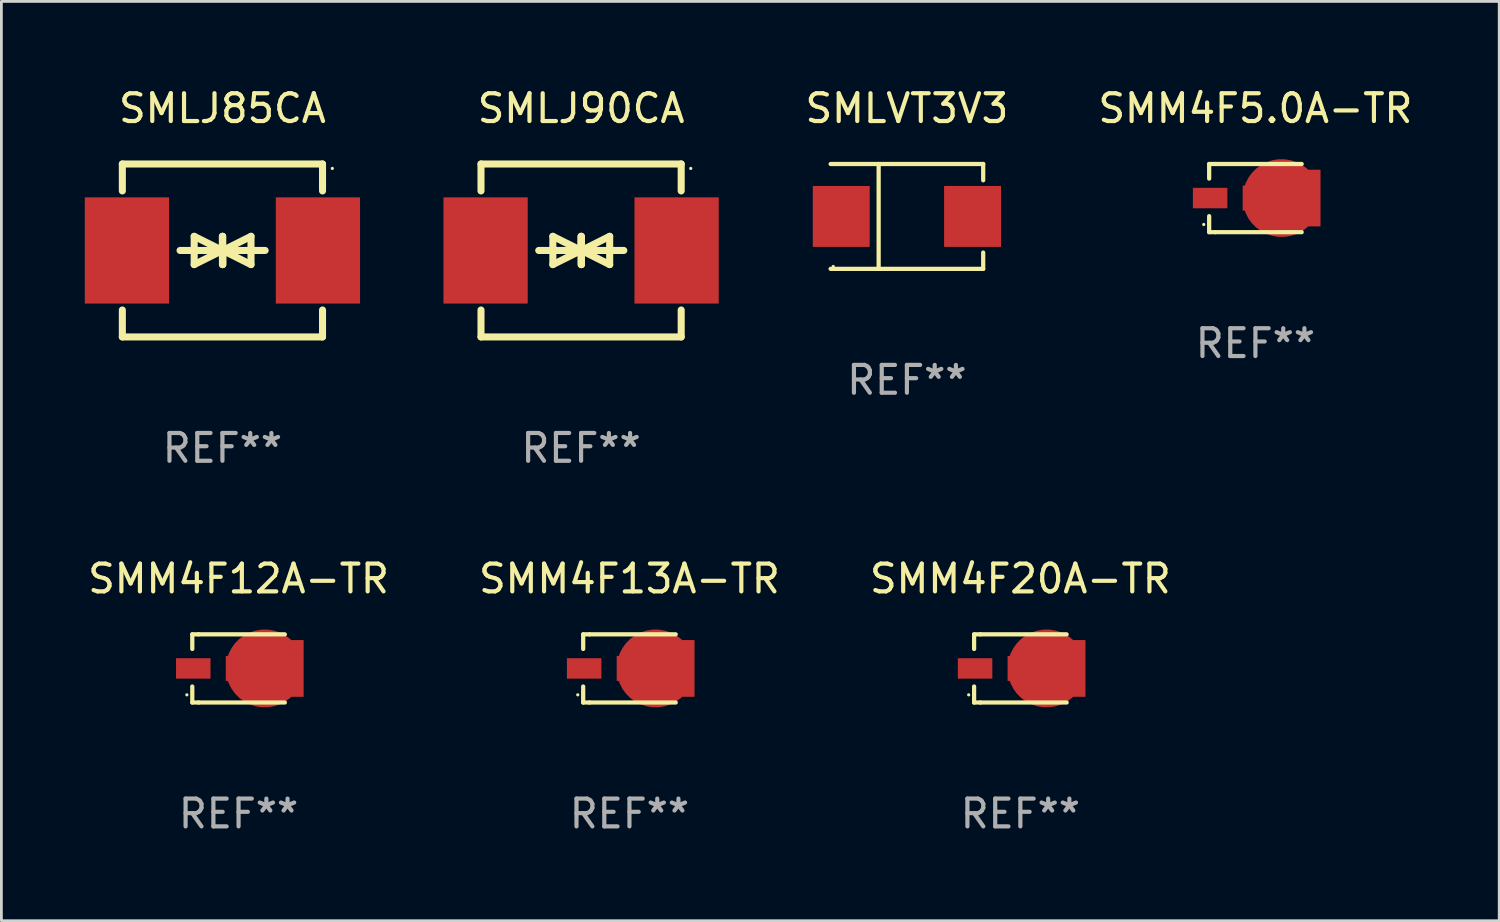
<source format=kicad_pcb>
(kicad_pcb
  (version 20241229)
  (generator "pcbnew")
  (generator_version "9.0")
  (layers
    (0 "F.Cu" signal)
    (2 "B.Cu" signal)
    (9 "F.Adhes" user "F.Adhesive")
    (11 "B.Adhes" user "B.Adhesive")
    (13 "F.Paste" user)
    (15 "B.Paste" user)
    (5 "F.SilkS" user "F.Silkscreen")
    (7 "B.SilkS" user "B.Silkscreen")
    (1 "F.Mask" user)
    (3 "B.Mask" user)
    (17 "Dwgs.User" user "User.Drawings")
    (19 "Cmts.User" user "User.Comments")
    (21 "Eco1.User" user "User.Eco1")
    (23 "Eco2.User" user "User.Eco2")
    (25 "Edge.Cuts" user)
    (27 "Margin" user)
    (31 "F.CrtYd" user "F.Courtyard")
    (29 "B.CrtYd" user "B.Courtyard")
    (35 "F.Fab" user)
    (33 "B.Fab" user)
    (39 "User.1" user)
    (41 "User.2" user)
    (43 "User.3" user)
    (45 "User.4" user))
  (footprint "SMLVT3V3"
    (layer "F.Cu")
    (at 29.568 4.734)
    (property "Reference" "SMLVT3V3" (at 0 -3.886 0) (layer "F.SilkS") (effects (font (size 1 1) (thickness 0.15))))
    (attr through_hole)
    (fp_line (start -2.744 -1.886) (end 2.744 -1.886) (stroke (width 0.152) (type solid)) (layer "F.SilkS"))
    (fp_line (start -2.744 1.886) (end 2.744 1.886) (stroke (width 0.152) (type solid)) (layer "F.SilkS"))
    (fp_line (start -1.016 -1.886) (end -1.016 1.886) (stroke (width 0.152) (type solid)) (layer "F.SilkS"))
    (fp_line (start 2.744 -1.886) (end 2.744 -1.299) (stroke (width 0.152) (type solid)) (layer "F.SilkS"))
    (fp_line (start 2.744 1.886) (end 2.744 1.299) (stroke (width 0.152) (type solid)) (layer "F.SilkS"))
    (fp_circle (center -2.65 1.8) (end -2.62 1.8) (stroke (width 0.06) (type solid)) (fill no) (layer "F.SilkS"))
    (fp_text user "REF**" (at 0 5.886 0) (layer "F.Fab") (effects (font (size 1 1) (thickness 0.15))))
    (pad "1" smd rect (at -2.361 0) (size 2.047 2.192) (layers "F.Cu" "F.Mask" "F.Paste"))
    (pad "2" smd rect (at 2.361 0) (size 2.047 2.192) (layers "F.Cu" "F.Mask" "F.Paste")))
  (footprint "SMM4F5.0A-TR"
    (layer "F.Cu")
    (at 42.103 4.074)
    (property "Reference" "SMM4F5.0A-TR" (at 0 -3.226 0) (layer "F.SilkS") (effects (font (size 1 1) (thickness 0.15))))
    (attr through_hole)
    (fp_line (start -1.664 -1.226) (end -1.664 -0.7) (stroke (width 0.152) (type solid)) (layer "F.SilkS"))
    (fp_line (start -1.664 1.226) (end -1.664 0.65) (stroke (width 0.152) (type solid)) (layer "F.SilkS"))
    (fp_line (start -1.439 -1.226) (end -1.664 -1.226) (stroke (width 0.152) (type solid)) (layer "F.SilkS"))
    (fp_line (start -1.439 -1.226) (end 1.664 -1.226) (stroke (width 0.152) (type solid)) (layer "F.SilkS"))
    (fp_line (start -1.439 1.226) (end -1.664 1.226) (stroke (width 0.152) (type solid)) (layer "F.SilkS"))
    (fp_line (start -1.439 1.226) (end 1.664 1.226) (stroke (width 0.152) (type solid)) (layer "F.SilkS"))
    (fp_circle (center -1.859 0.95) (end -1.829 0.95) (stroke (width 0.06) (type solid)) (fill no) (layer "F.SilkS"))
    (fp_text user "REF**" (at 0 5.226 0) (layer "F.Fab") (effects (font (size 1 1) (thickness 0.15))))
    (pad "1" smd rect (at -1.629 -0.000076 180) (size 1.24 0.735) (layers "F.Cu" "F.Mask" "F.Paste"))
    (pad "2" smd custom (at 0.941 -0.000076 180) (size 2.8 2.04) (layers "F.Cu" "F.Mask" "F.Paste") (options (anchor circle)) (primitives (gr_poly (pts (xy 1.4 0.45) (xy 1.4 -0.45) (xy 0.5 -0.45) (xy 0.5 -1.02) (xy -1.4 -1.02) (xy -1.4 1.02) (xy -1.35 1.02) (xy 0.5 1.02) (xy 0.5 0.45)) (width 0) (fill yes)))))
  (footprint "SMM4F20A-TR"
    (layer "F.Cu")
    (at 33.649 20.991)
    (property "Reference" "SMM4F20A-TR" (at 0 -3.226 0) (layer "F.SilkS") (effects (font (size 1 1) (thickness 0.15))))
    (attr through_hole)
    (fp_line (start -1.664 -1.226) (end -1.664 -0.7) (stroke (width 0.152) (type solid)) (layer "F.SilkS"))
    (fp_line (start -1.664 1.226) (end -1.664 0.65) (stroke (width 0.152) (type solid)) (layer "F.SilkS"))
    (fp_line (start -1.439 -1.226) (end -1.664 -1.226) (stroke (width 0.152) (type solid)) (layer "F.SilkS"))
    (fp_line (start -1.439 -1.226) (end 1.664 -1.226) (stroke (width 0.152) (type solid)) (layer "F.SilkS"))
    (fp_line (start -1.439 1.226) (end -1.664 1.226) (stroke (width 0.152) (type solid)) (layer "F.SilkS"))
    (fp_line (start -1.439 1.226) (end 1.664 1.226) (stroke (width 0.152) (type solid)) (layer "F.SilkS"))
    (fp_circle (center -1.859 0.95) (end -1.829 0.95) (stroke (width 0.06) (type solid)) (fill no) (layer "F.SilkS"))
    (fp_text user "REF**" (at 0 5.226 0) (layer "F.Fab") (effects (font (size 1 1) (thickness 0.15))))
    (pad "1" smd rect (at -1.629 -0.000076 180) (size 1.24 0.735) (layers "F.Cu" "F.Mask" "F.Paste"))
    (pad "2" smd custom (at 0.941 -0.000076 180) (size 2.8 2.04) (layers "F.Cu" "F.Mask" "F.Paste") (options (anchor circle)) (primitives (gr_poly (pts (xy 1.4 0.45) (xy 1.4 -0.45) (xy 0.5 -0.45) (xy 0.5 -1.02) (xy -1.4 -1.02) (xy -1.4 1.02) (xy -1.35 1.02) (xy 0.5 1.02) (xy 0.5 0.45)) (width 0) (fill yes)))))
  (footprint "SMM4F12A-TR"
    (layer "F.Cu")
    (at 5.53 20.991)
    (property "Reference" "SMM4F12A-TR" (at 0 -3.226 0) (layer "F.SilkS") (effects (font (size 1 1) (thickness 0.15))))
    (attr through_hole)
    (fp_line (start -1.664 -1.226) (end -1.664 -0.7) (stroke (width 0.152) (type solid)) (layer "F.SilkS"))
    (fp_line (start -1.664 1.226) (end -1.664 0.65) (stroke (width 0.152) (type solid)) (layer "F.SilkS"))
    (fp_line (start -1.439 -1.226) (end -1.664 -1.226) (stroke (width 0.152) (type solid)) (layer "F.SilkS"))
    (fp_line (start -1.439 -1.226) (end 1.664 -1.226) (stroke (width 0.152) (type solid)) (layer "F.SilkS"))
    (fp_line (start -1.439 1.226) (end -1.664 1.226) (stroke (width 0.152) (type solid)) (layer "F.SilkS"))
    (fp_line (start -1.439 1.226) (end 1.664 1.226) (stroke (width 0.152) (type solid)) (layer "F.SilkS"))
    (fp_circle (center -1.859 0.95) (end -1.829 0.95) (stroke (width 0.06) (type solid)) (fill no) (layer "F.SilkS"))
    (fp_text user "REF**" (at 0 5.226 0) (layer "F.Fab") (effects (font (size 1 1) (thickness 0.15))))
    (pad "1" smd rect (at -1.629 -0.000076 180) (size 1.24 0.735) (layers "F.Cu" "F.Mask" "F.Paste"))
    (pad "2" smd custom (at 0.941 -0.000076 180) (size 2.8 2.04) (layers "F.Cu" "F.Mask" "F.Paste") (options (anchor circle)) (primitives (gr_poly (pts (xy 1.4 0.45) (xy 1.4 -0.45) (xy 0.5 -0.45) (xy 0.5 -1.02) (xy -1.4 -1.02) (xy -1.4 1.02) (xy -1.35 1.02) (xy 0.5 1.02) (xy 0.5 0.45)) (width 0) (fill yes)))))
  (footprint "SMM4F13A-TR"
    (layer "F.Cu")
    (at 19.589 20.991)
    (property "Reference" "SMM4F13A-TR" (at 0 -3.226 0) (layer "F.SilkS") (effects (font (size 1 1) (thickness 0.15))))
    (attr through_hole)
    (fp_line (start -1.664 -1.226) (end -1.664 -0.7) (stroke (width 0.152) (type solid)) (layer "F.SilkS"))
    (fp_line (start -1.664 1.226) (end -1.664 0.65) (stroke (width 0.152) (type solid)) (layer "F.SilkS"))
    (fp_line (start -1.439 -1.226) (end -1.664 -1.226) (stroke (width 0.152) (type solid)) (layer "F.SilkS"))
    (fp_line (start -1.439 -1.226) (end 1.664 -1.226) (stroke (width 0.152) (type solid)) (layer "F.SilkS"))
    (fp_line (start -1.439 1.226) (end -1.664 1.226) (stroke (width 0.152) (type solid)) (layer "F.SilkS"))
    (fp_line (start -1.439 1.226) (end 1.664 1.226) (stroke (width 0.152) (type solid)) (layer "F.SilkS"))
    (fp_circle (center -1.859 0.95) (end -1.829 0.95) (stroke (width 0.06) (type solid)) (fill no) (layer "F.SilkS"))
    (fp_text user "REF**" (at 0 5.226 0) (layer "F.Fab") (effects (font (size 1 1) (thickness 0.15))))
    (pad "1" smd rect (at -1.629 -0.000076 180) (size 1.24 0.735) (layers "F.Cu" "F.Mask" "F.Paste"))
    (pad "2" smd custom (at 0.941 -0.000076 180) (size 2.8 2.04) (layers "F.Cu" "F.Mask" "F.Paste") (options (anchor circle)) (primitives (gr_poly (pts (xy 1.4 0.45) (xy 1.4 -0.45) (xy 0.5 -0.45) (xy 0.5 -1.02) (xy -1.4 -1.02) (xy -1.4 1.02) (xy -1.35 1.02) (xy 0.5 1.02) (xy 0.5 0.45)) (width 0) (fill yes)))))
  (footprint "SMLJ85CA"
    (layer "F.Cu")
    (at 4.95 5.958)
    (property "Reference" "SMLJ85CA" (at 0 -5.11 0) (layer "F.SilkS") (effects (font (size 1 1) (thickness 0.15))))
    (attr through_hole)
    (fp_line (start -3.6 -2.141) (end -3.6 -3.11) (stroke (width 0.254) (type solid)) (layer "F.SilkS"))
    (fp_line (start -3.6 3.11) (end -3.6 2.141) (stroke (width 0.254) (type solid)) (layer "F.SilkS"))
    (fp_line (start -1.524 0) (end 0.508 0) (stroke (width 0.254) (type solid)) (layer "F.SilkS"))
    (fp_line (start -1.016 -0.508) (end -1.016 0.508) (stroke (width 0.254) (type solid)) (layer "F.SilkS"))
    (fp_line (start -1.016 0.508) (end 0 0) (stroke (width 0.254) (type solid)) (layer "F.SilkS"))
    (fp_line (start 0 -0.508) (end 0 0.508) (stroke (width 0.254) (type solid)) (layer "F.SilkS"))
    (fp_line (start 0 0) (end -1.016 -0.508) (stroke (width 0.254) (type solid)) (layer "F.SilkS"))
    (fp_line (start 0 0) (end 0 -0.508) (stroke (width 0.254) (type solid)) (layer "F.SilkS"))
    (fp_line (start 0.012 0) (end 0.012 0.508) (stroke (width 0.254) (type solid)) (layer "F.SilkS"))
    (fp_line (start 0.012 0) (end 1.028 0.508) (stroke (width 0.254) (type solid)) (layer "F.SilkS"))
    (fp_line (start 0.012 0.508) (end 0.012 -0.508) (stroke (width 0.254) (type solid)) (layer "F.SilkS"))
    (fp_line (start 1.028 -0.508) (end 0.012 0) (stroke (width 0.254) (type solid)) (layer "F.SilkS"))
    (fp_line (start 1.028 0.508) (end 1.028 -0.508) (stroke (width 0.254) (type solid)) (layer "F.SilkS"))
    (fp_line (start 1.536 0) (end -0.496 0) (stroke (width 0.254) (type solid)) (layer "F.SilkS"))
    (fp_line (start 3.6 -3.11) (end -3.6 -3.11) (stroke (width 0.254) (type solid)) (layer "F.SilkS"))
    (fp_line (start 3.6 -2.141) (end 3.6 -3.11) (stroke (width 0.254) (type solid)) (layer "F.SilkS"))
    (fp_line (start 3.6 3.11) (end -3.6 3.11) (stroke (width 0.254) (type solid)) (layer "F.SilkS"))
    (fp_line (start 3.6 3.11) (end 3.6 2.141) (stroke (width 0.254) (type solid)) (layer "F.SilkS"))
    (fp_circle (center 3.952 -2.95) (end 3.982 -2.95) (stroke (width 0.06) (type solid)) (fill no) (layer "F.SilkS"))
    (fp_text user "REF**" (at 0 7.11 0) (layer "F.Fab") (effects (font (size 1 1) (thickness 0.15))))
    (pad "1" smd rect (at 3.435 0) (size 3.03 3.82) (layers "F.Cu" "F.Mask" "F.Paste"))
    (pad "2" smd rect (at -3.435 0) (size 3.03 3.82) (layers "F.Cu" "F.Mask" "F.Paste")))
  (footprint "SMLJ90CA"
    (layer "F.Cu")
    (at 17.85 5.958)
    (property "Reference" "SMLJ90CA" (at 0 -5.11 0) (layer "F.SilkS") (effects (font (size 1 1) (thickness 0.15))))
    (attr through_hole)
    (fp_line (start -3.6 -2.141) (end -3.6 -3.11) (stroke (width 0.254) (type solid)) (layer "F.SilkS"))
    (fp_line (start -3.6 3.11) (end -3.6 2.141) (stroke (width 0.254) (type solid)) (layer "F.SilkS"))
    (fp_line (start -1.524 0) (end 0.508 0) (stroke (width 0.254) (type solid)) (layer "F.SilkS"))
    (fp_line (start -1.016 -0.508) (end -1.016 0.508) (stroke (width 0.254) (type solid)) (layer "F.SilkS"))
    (fp_line (start -1.016 0.508) (end 0 0) (stroke (width 0.254) (type solid)) (layer "F.SilkS"))
    (fp_line (start 0 -0.508) (end 0 0.508) (stroke (width 0.254) (type solid)) (layer "F.SilkS"))
    (fp_line (start 0 0) (end -1.016 -0.508) (stroke (width 0.254) (type solid)) (layer "F.SilkS"))
    (fp_line (start 0 0) (end 0 -0.508) (stroke (width 0.254) (type solid)) (layer "F.SilkS"))
    (fp_line (start 0.012 0) (end 0.012 0.508) (stroke (width 0.254) (type solid)) (layer "F.SilkS"))
    (fp_line (start 0.012 0) (end 1.028 0.508) (stroke (width 0.254) (type solid)) (layer "F.SilkS"))
    (fp_line (start 0.012 0.508) (end 0.012 -0.508) (stroke (width 0.254) (type solid)) (layer "F.SilkS"))
    (fp_line (start 1.028 -0.508) (end 0.012 0) (stroke (width 0.254) (type solid)) (layer "F.SilkS"))
    (fp_line (start 1.028 0.508) (end 1.028 -0.508) (stroke (width 0.254) (type solid)) (layer "F.SilkS"))
    (fp_line (start 1.536 0) (end -0.496 0) (stroke (width 0.254) (type solid)) (layer "F.SilkS"))
    (fp_line (start 3.6 -3.11) (end -3.6 -3.11) (stroke (width 0.254) (type solid)) (layer "F.SilkS"))
    (fp_line (start 3.6 -2.141) (end 3.6 -3.11) (stroke (width 0.254) (type solid)) (layer "F.SilkS"))
    (fp_line (start 3.6 3.11) (end -3.6 3.11) (stroke (width 0.254) (type solid)) (layer "F.SilkS"))
    (fp_line (start 3.6 3.11) (end 3.6 2.141) (stroke (width 0.254) (type solid)) (layer "F.SilkS"))
    (fp_circle (center 3.944 -2.95) (end 3.974 -2.95) (stroke (width 0.06) (type solid)) (fill no) (layer "F.SilkS"))
    (fp_text user "REF**" (at 0 7.11 0) (layer "F.Fab") (effects (font (size 1 1) (thickness 0.15))))
    (pad "1" smd rect (at 3.435 0) (size 3.03 3.82) (layers "F.Cu" "F.Mask" "F.Paste"))
    (pad "2" smd rect (at -3.435 0) (size 3.03 3.82) (layers "F.Cu" "F.Mask" "F.Paste")))
  (gr_rect
    (start -3 -3)
    (end 50.871 30.065)
    (stroke (width 0.1) (type default))
    (fill no)
    (layer "Edge.Cuts")))
</source>
